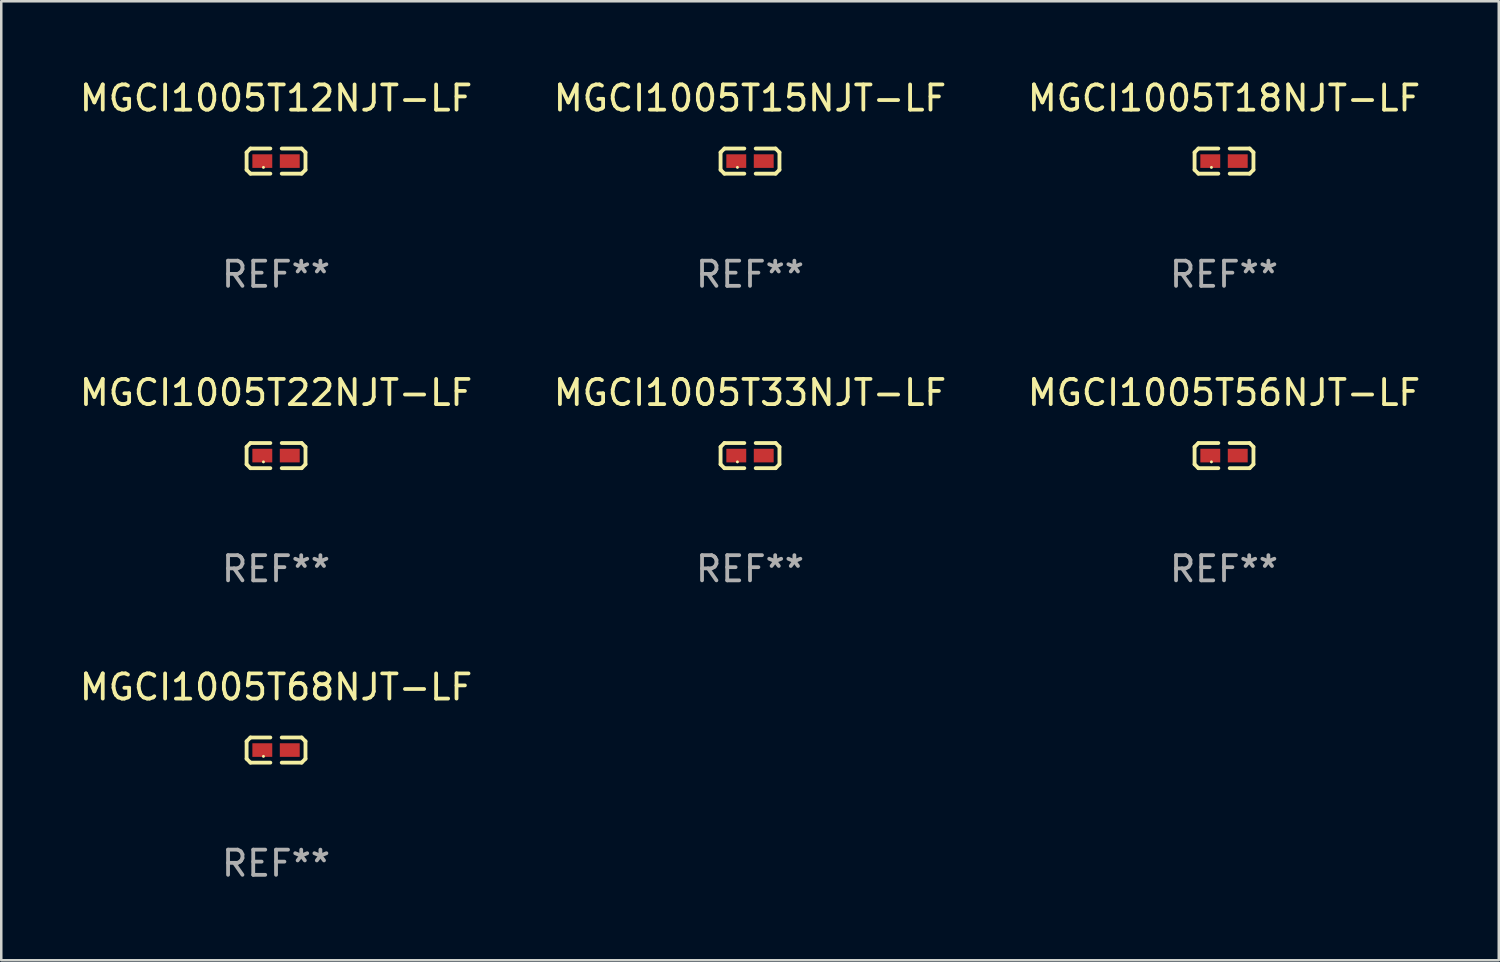
<source format=kicad_pcb>
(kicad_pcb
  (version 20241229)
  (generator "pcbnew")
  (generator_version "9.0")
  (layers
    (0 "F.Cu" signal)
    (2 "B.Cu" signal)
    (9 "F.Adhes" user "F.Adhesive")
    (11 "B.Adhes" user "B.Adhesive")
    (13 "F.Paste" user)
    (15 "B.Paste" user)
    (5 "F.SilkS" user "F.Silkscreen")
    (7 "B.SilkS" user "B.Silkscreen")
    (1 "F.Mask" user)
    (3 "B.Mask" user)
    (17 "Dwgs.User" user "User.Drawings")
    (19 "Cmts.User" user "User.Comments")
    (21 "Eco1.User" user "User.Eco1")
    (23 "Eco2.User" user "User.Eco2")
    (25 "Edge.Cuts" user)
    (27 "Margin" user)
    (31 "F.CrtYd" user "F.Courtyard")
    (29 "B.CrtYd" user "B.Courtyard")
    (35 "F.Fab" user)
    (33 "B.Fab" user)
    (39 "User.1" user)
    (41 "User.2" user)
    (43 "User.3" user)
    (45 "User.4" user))
  (footprint "MGCI1005T15NJT-LF"
    (layer "F.Cu")
    (at 26.732 3.347)
    (property "Reference" "MGCI1005T15NJT-LF" (at 0 -2.499 0) (layer "F.SilkS") (effects (font (size 1 1) (thickness 0.15))))
    (attr through_hole)
    (fp_line (start -1.169 -0.346) (end -1.016 -0.499) (stroke (width 0.152) (type solid)) (layer "F.SilkS"))
    (fp_line (start -1.169 0.346) (end -1.169 -0.346) (stroke (width 0.152) (type solid)) (layer "F.SilkS"))
    (fp_line (start -1.016 -0.499) (end -0.226 -0.499) (stroke (width 0.152) (type solid)) (layer "F.SilkS"))
    (fp_line (start -1.016 0.499) (end -1.169 0.346) (stroke (width 0.152) (type solid)) (layer "F.SilkS"))
    (fp_line (start -0.226 0.499) (end -1.016 0.499) (stroke (width 0.152) (type solid)) (layer "F.SilkS"))
    (fp_line (start 0.226 0.499) (end 1.016 0.499) (stroke (width 0.152) (type solid)) (layer "F.SilkS"))
    (fp_line (start 1.016 -0.499) (end 0.226 -0.499) (stroke (width 0.152) (type solid)) (layer "F.SilkS"))
    (fp_line (start 1.016 0.499) (end 1.169 0.346) (stroke (width 0.152) (type solid)) (layer "F.SilkS"))
    (fp_line (start 1.169 -0.346) (end 1.016 -0.499) (stroke (width 0.152) (type solid)) (layer "F.SilkS"))
    (fp_line (start 1.169 0.346) (end 1.169 -0.346) (stroke (width 0.152) (type solid)) (layer "F.SilkS"))
    (fp_circle (center -0.5 0.25) (end -0.47 0.25) (stroke (width 0.06) (type solid)) (fill no) (layer "F.SilkS"))
    (fp_text user "REF**" (at 0 4.499 0) (layer "F.Fab") (effects (font (size 1 1) (thickness 0.15))))
    (pad "1" smd rect (at -0.545 0) (size 0.79 0.54) (layers "F.Cu" "F.Mask" "F.Paste"))
    (pad "2" smd rect (at 0.545 0) (size 0.79 0.54) (layers "F.Cu" "F.Mask" "F.Paste")))
  (footprint "MGCI1005T12NJT-LF"
    (layer "F.Cu")
    (at 7.911 3.347)
    (property "Reference" "MGCI1005T12NJT-LF" (at 0 -2.499 0) (layer "F.SilkS") (effects (font (size 1 1) (thickness 0.15))))
    (attr through_hole)
    (fp_line (start -1.169 -0.346) (end -1.016 -0.499) (stroke (width 0.152) (type solid)) (layer "F.SilkS"))
    (fp_line (start -1.169 0.346) (end -1.169 -0.346) (stroke (width 0.152) (type solid)) (layer "F.SilkS"))
    (fp_line (start -1.016 -0.499) (end -0.226 -0.499) (stroke (width 0.152) (type solid)) (layer "F.SilkS"))
    (fp_line (start -1.016 0.499) (end -1.169 0.346) (stroke (width 0.152) (type solid)) (layer "F.SilkS"))
    (fp_line (start -0.226 0.499) (end -1.016 0.499) (stroke (width 0.152) (type solid)) (layer "F.SilkS"))
    (fp_line (start 0.226 0.499) (end 1.016 0.499) (stroke (width 0.152) (type solid)) (layer "F.SilkS"))
    (fp_line (start 1.016 -0.499) (end 0.226 -0.499) (stroke (width 0.152) (type solid)) (layer "F.SilkS"))
    (fp_line (start 1.016 0.499) (end 1.169 0.346) (stroke (width 0.152) (type solid)) (layer "F.SilkS"))
    (fp_line (start 1.169 -0.346) (end 1.016 -0.499) (stroke (width 0.152) (type solid)) (layer "F.SilkS"))
    (fp_line (start 1.169 0.346) (end 1.169 -0.346) (stroke (width 0.152) (type solid)) (layer "F.SilkS"))
    (fp_circle (center -0.5 0.25) (end -0.47 0.25) (stroke (width 0.06) (type solid)) (fill no) (layer "F.SilkS"))
    (fp_text user "REF**" (at 0 4.499 0) (layer "F.Fab") (effects (font (size 1 1) (thickness 0.15))))
    (pad "1" smd rect (at -0.545 0) (size 0.79 0.54) (layers "F.Cu" "F.Mask" "F.Paste"))
    (pad "2" smd rect (at 0.545 0) (size 0.79 0.54) (layers "F.Cu" "F.Mask" "F.Paste")))
  (footprint "MGCI1005T18NJT-LF"
    (layer "F.Cu")
    (at 45.554 3.347)
    (property "Reference" "MGCI1005T18NJT-LF" (at 0 -2.499 0) (layer "F.SilkS") (effects (font (size 1 1) (thickness 0.15))))
    (attr through_hole)
    (fp_line (start -1.169 -0.346) (end -1.016 -0.499) (stroke (width 0.152) (type solid)) (layer "F.SilkS"))
    (fp_line (start -1.169 0.346) (end -1.169 -0.346) (stroke (width 0.152) (type solid)) (layer "F.SilkS"))
    (fp_line (start -1.016 -0.499) (end -0.226 -0.499) (stroke (width 0.152) (type solid)) (layer "F.SilkS"))
    (fp_line (start -1.016 0.499) (end -1.169 0.346) (stroke (width 0.152) (type solid)) (layer "F.SilkS"))
    (fp_line (start -0.226 0.499) (end -1.016 0.499) (stroke (width 0.152) (type solid)) (layer "F.SilkS"))
    (fp_line (start 0.226 0.499) (end 1.016 0.499) (stroke (width 0.152) (type solid)) (layer "F.SilkS"))
    (fp_line (start 1.016 -0.499) (end 0.226 -0.499) (stroke (width 0.152) (type solid)) (layer "F.SilkS"))
    (fp_line (start 1.016 0.499) (end 1.169 0.346) (stroke (width 0.152) (type solid)) (layer "F.SilkS"))
    (fp_line (start 1.169 -0.346) (end 1.016 -0.499) (stroke (width 0.152) (type solid)) (layer "F.SilkS"))
    (fp_line (start 1.169 0.346) (end 1.169 -0.346) (stroke (width 0.152) (type solid)) (layer "F.SilkS"))
    (fp_circle (center -0.5 0.25) (end -0.47 0.25) (stroke (width 0.06) (type solid)) (fill no) (layer "F.SilkS"))
    (fp_text user "REF**" (at 0 4.499 0) (layer "F.Fab") (effects (font (size 1 1) (thickness 0.15))))
    (pad "1" smd rect (at -0.545 0) (size 0.79 0.54) (layers "F.Cu" "F.Mask" "F.Paste"))
    (pad "2" smd rect (at 0.545 0) (size 0.79 0.54) (layers "F.Cu" "F.Mask" "F.Paste")))
  (footprint "MGCI1005T68NJT-LF"
    (layer "F.Cu")
    (at 7.911 26.734)
    (property "Reference" "MGCI1005T68NJT-LF" (at 0 -2.499 0) (layer "F.SilkS") (effects (font (size 1 1) (thickness 0.15))))
    (attr through_hole)
    (fp_line (start -1.169 -0.346) (end -1.016 -0.499) (stroke (width 0.152) (type solid)) (layer "F.SilkS"))
    (fp_line (start -1.169 0.346) (end -1.169 -0.346) (stroke (width 0.152) (type solid)) (layer "F.SilkS"))
    (fp_line (start -1.016 -0.499) (end -0.226 -0.499) (stroke (width 0.152) (type solid)) (layer "F.SilkS"))
    (fp_line (start -1.016 0.499) (end -1.169 0.346) (stroke (width 0.152) (type solid)) (layer "F.SilkS"))
    (fp_line (start -0.226 0.499) (end -1.016 0.499) (stroke (width 0.152) (type solid)) (layer "F.SilkS"))
    (fp_line (start 0.226 0.499) (end 1.016 0.499) (stroke (width 0.152) (type solid)) (layer "F.SilkS"))
    (fp_line (start 1.016 -0.499) (end 0.226 -0.499) (stroke (width 0.152) (type solid)) (layer "F.SilkS"))
    (fp_line (start 1.016 0.499) (end 1.169 0.346) (stroke (width 0.152) (type solid)) (layer "F.SilkS"))
    (fp_line (start 1.169 -0.346) (end 1.016 -0.499) (stroke (width 0.152) (type solid)) (layer "F.SilkS"))
    (fp_line (start 1.169 0.346) (end 1.169 -0.346) (stroke (width 0.152) (type solid)) (layer "F.SilkS"))
    (fp_circle (center -0.5 0.25) (end -0.47 0.25) (stroke (width 0.06) (type solid)) (fill no) (layer "F.SilkS"))
    (fp_text user "REF**" (at 0 4.499 0) (layer "F.Fab") (effects (font (size 1 1) (thickness 0.15))))
    (pad "1" smd rect (at -0.545 0) (size 0.79 0.54) (layers "F.Cu" "F.Mask" "F.Paste"))
    (pad "2" smd rect (at 0.545 0) (size 0.79 0.54) (layers "F.Cu" "F.Mask" "F.Paste")))
  (footprint "MGCI1005T33NJT-LF"
    (layer "F.Cu")
    (at 26.732 15.041)
    (property "Reference" "MGCI1005T33NJT-LF" (at 0 -2.499 0) (layer "F.SilkS") (effects (font (size 1 1) (thickness 0.15))))
    (attr through_hole)
    (fp_line (start -1.169 -0.346) (end -1.016 -0.499) (stroke (width 0.152) (type solid)) (layer "F.SilkS"))
    (fp_line (start -1.169 0.346) (end -1.169 -0.346) (stroke (width 0.152) (type solid)) (layer "F.SilkS"))
    (fp_line (start -1.016 -0.499) (end -0.226 -0.499) (stroke (width 0.152) (type solid)) (layer "F.SilkS"))
    (fp_line (start -1.016 0.499) (end -1.169 0.346) (stroke (width 0.152) (type solid)) (layer "F.SilkS"))
    (fp_line (start -0.226 0.499) (end -1.016 0.499) (stroke (width 0.152) (type solid)) (layer "F.SilkS"))
    (fp_line (start 0.226 0.499) (end 1.016 0.499) (stroke (width 0.152) (type solid)) (layer "F.SilkS"))
    (fp_line (start 1.016 -0.499) (end 0.226 -0.499) (stroke (width 0.152) (type solid)) (layer "F.SilkS"))
    (fp_line (start 1.016 0.499) (end 1.169 0.346) (stroke (width 0.152) (type solid)) (layer "F.SilkS"))
    (fp_line (start 1.169 -0.346) (end 1.016 -0.499) (stroke (width 0.152) (type solid)) (layer "F.SilkS"))
    (fp_line (start 1.169 0.346) (end 1.169 -0.346) (stroke (width 0.152) (type solid)) (layer "F.SilkS"))
    (fp_circle (center -0.5 0.25) (end -0.47 0.25) (stroke (width 0.06) (type solid)) (fill no) (layer "F.SilkS"))
    (fp_text user "REF**" (at 0 4.499 0) (layer "F.Fab") (effects (font (size 1 1) (thickness 0.15))))
    (pad "1" smd rect (at -0.545 0) (size 0.79 0.54) (layers "F.Cu" "F.Mask" "F.Paste"))
    (pad "2" smd rect (at 0.545 0) (size 0.79 0.54) (layers "F.Cu" "F.Mask" "F.Paste")))
  (footprint "MGCI1005T56NJT-LF"
    (layer "F.Cu")
    (at 45.554 15.041)
    (property "Reference" "MGCI1005T56NJT-LF" (at 0 -2.499 0) (layer "F.SilkS") (effects (font (size 1 1) (thickness 0.15))))
    (attr through_hole)
    (fp_line (start -1.169 -0.346) (end -1.016 -0.499) (stroke (width 0.152) (type solid)) (layer "F.SilkS"))
    (fp_line (start -1.169 0.346) (end -1.169 -0.346) (stroke (width 0.152) (type solid)) (layer "F.SilkS"))
    (fp_line (start -1.016 -0.499) (end -0.226 -0.499) (stroke (width 0.152) (type solid)) (layer "F.SilkS"))
    (fp_line (start -1.016 0.499) (end -1.169 0.346) (stroke (width 0.152) (type solid)) (layer "F.SilkS"))
    (fp_line (start -0.226 0.499) (end -1.016 0.499) (stroke (width 0.152) (type solid)) (layer "F.SilkS"))
    (fp_line (start 0.226 0.499) (end 1.016 0.499) (stroke (width 0.152) (type solid)) (layer "F.SilkS"))
    (fp_line (start 1.016 -0.499) (end 0.226 -0.499) (stroke (width 0.152) (type solid)) (layer "F.SilkS"))
    (fp_line (start 1.016 0.499) (end 1.169 0.346) (stroke (width 0.152) (type solid)) (layer "F.SilkS"))
    (fp_line (start 1.169 -0.346) (end 1.016 -0.499) (stroke (width 0.152) (type solid)) (layer "F.SilkS"))
    (fp_line (start 1.169 0.346) (end 1.169 -0.346) (stroke (width 0.152) (type solid)) (layer "F.SilkS"))
    (fp_circle (center -0.5 0.25) (end -0.47 0.25) (stroke (width 0.06) (type solid)) (fill no) (layer "F.SilkS"))
    (fp_text user "REF**" (at 0 4.499 0) (layer "F.Fab") (effects (font (size 1 1) (thickness 0.15))))
    (pad "1" smd rect (at -0.545 0) (size 0.79 0.54) (layers "F.Cu" "F.Mask" "F.Paste"))
    (pad "2" smd rect (at 0.545 0) (size 0.79 0.54) (layers "F.Cu" "F.Mask" "F.Paste")))
  (footprint "MGCI1005T22NJT-LF"
    (layer "F.Cu")
    (at 7.911 15.041)
    (property "Reference" "MGCI1005T22NJT-LF" (at 0 -2.499 0) (layer "F.SilkS") (effects (font (size 1 1) (thickness 0.15))))
    (attr through_hole)
    (fp_line (start -1.169 -0.346) (end -1.016 -0.499) (stroke (width 0.152) (type solid)) (layer "F.SilkS"))
    (fp_line (start -1.169 0.346) (end -1.169 -0.346) (stroke (width 0.152) (type solid)) (layer "F.SilkS"))
    (fp_line (start -1.016 -0.499) (end -0.226 -0.499) (stroke (width 0.152) (type solid)) (layer "F.SilkS"))
    (fp_line (start -1.016 0.499) (end -1.169 0.346) (stroke (width 0.152) (type solid)) (layer "F.SilkS"))
    (fp_line (start -0.226 0.499) (end -1.016 0.499) (stroke (width 0.152) (type solid)) (layer "F.SilkS"))
    (fp_line (start 0.226 0.499) (end 1.016 0.499) (stroke (width 0.152) (type solid)) (layer "F.SilkS"))
    (fp_line (start 1.016 -0.499) (end 0.226 -0.499) (stroke (width 0.152) (type solid)) (layer "F.SilkS"))
    (fp_line (start 1.016 0.499) (end 1.169 0.346) (stroke (width 0.152) (type solid)) (layer "F.SilkS"))
    (fp_line (start 1.169 -0.346) (end 1.016 -0.499) (stroke (width 0.152) (type solid)) (layer "F.SilkS"))
    (fp_line (start 1.169 0.346) (end 1.169 -0.346) (stroke (width 0.152) (type solid)) (layer "F.SilkS"))
    (fp_circle (center -0.5 0.25) (end -0.47 0.25) (stroke (width 0.06) (type solid)) (fill no) (layer "F.SilkS"))
    (fp_text user "REF**" (at 0 4.499 0) (layer "F.Fab") (effects (font (size 1 1) (thickness 0.15))))
    (pad "1" smd rect (at -0.545 0) (size 0.79 0.54) (layers "F.Cu" "F.Mask" "F.Paste"))
    (pad "2" smd rect (at 0.545 0) (size 0.79 0.54) (layers "F.Cu" "F.Mask" "F.Paste")))
  (gr_rect
    (start -3 -3)
    (end 56.464 35.081)
    (stroke (width 0.1) (type default))
    (fill no)
    (layer "Edge.Cuts")))
</source>
